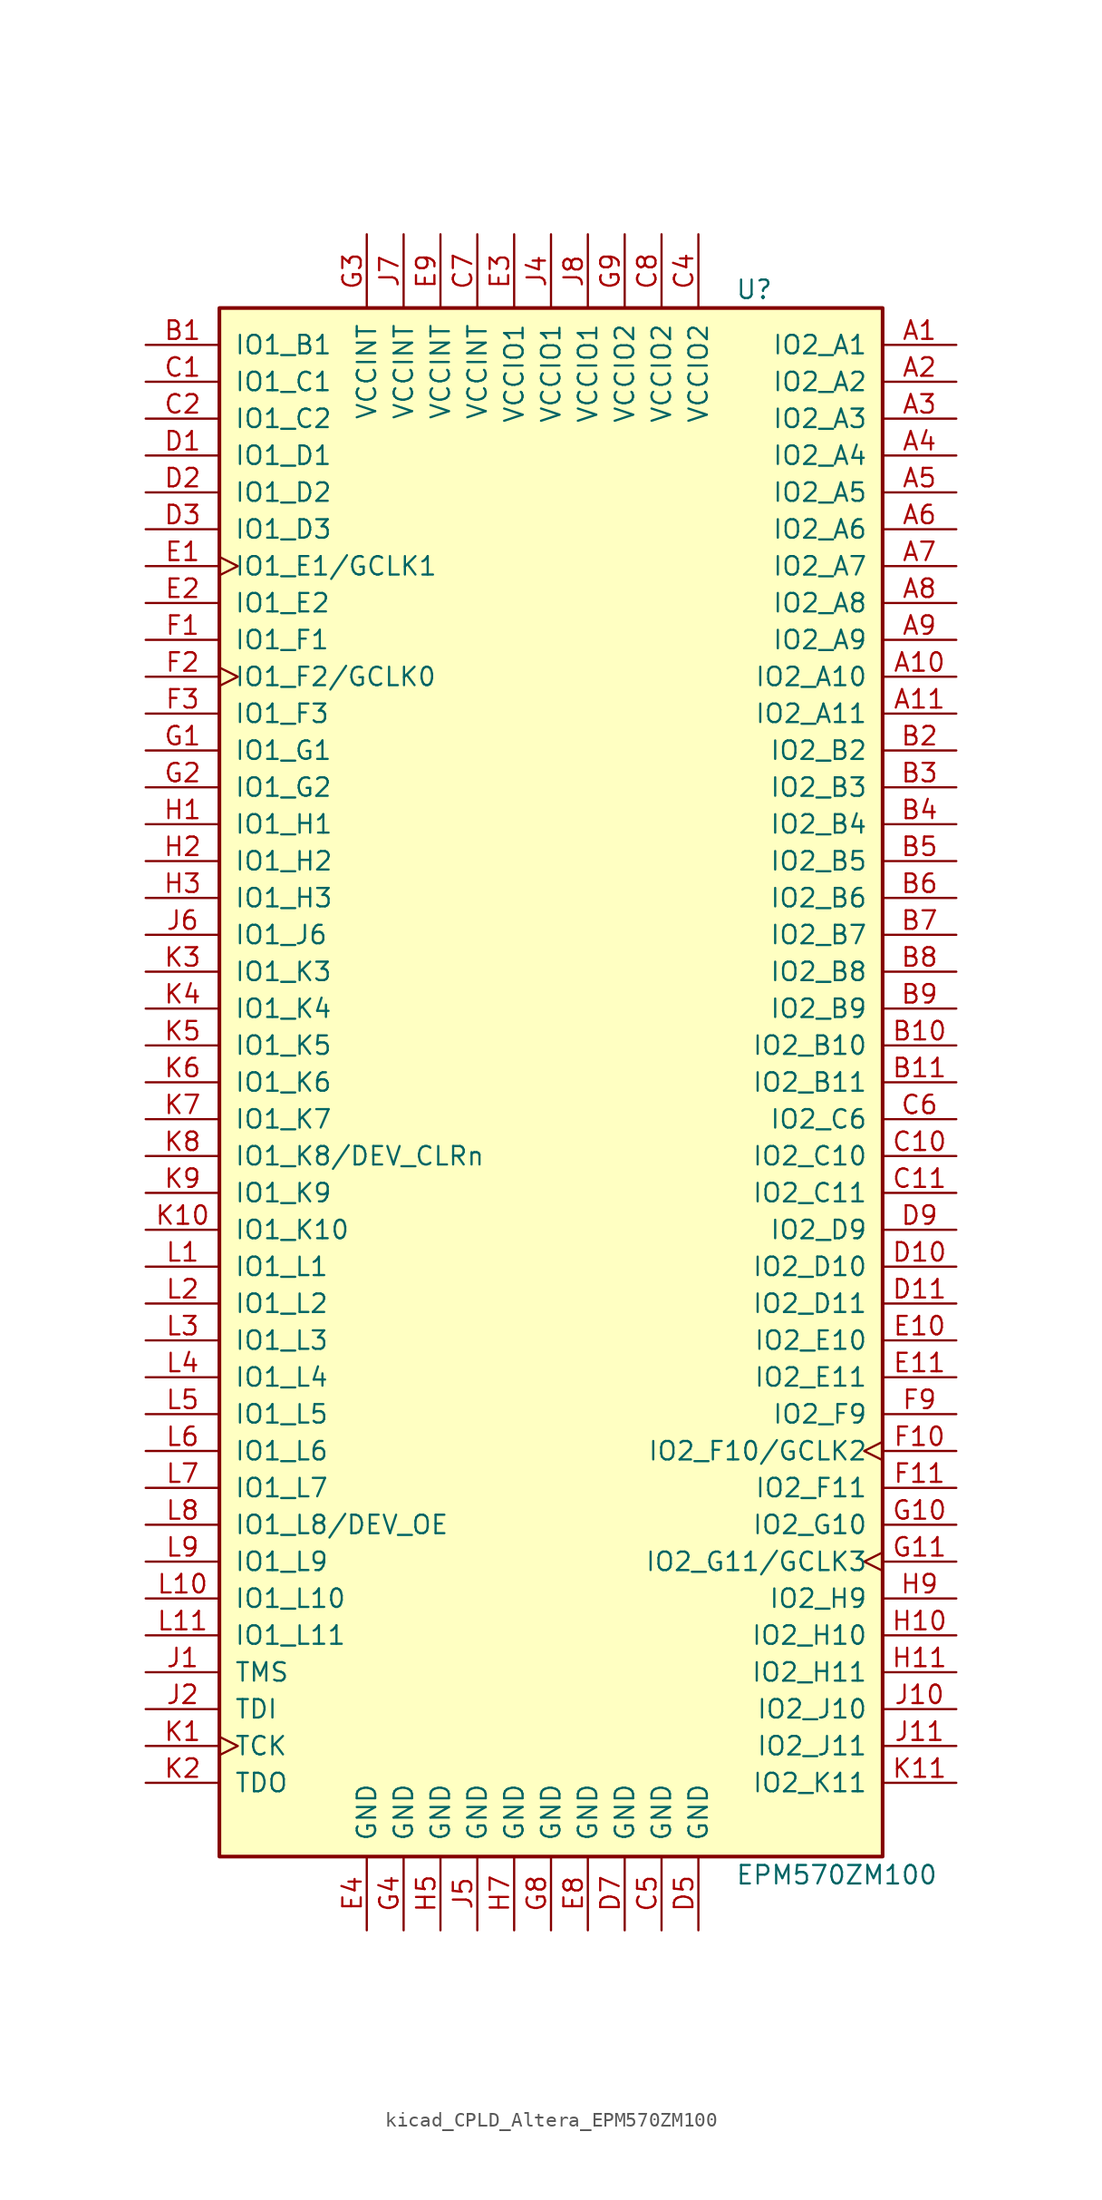
<source format=kicad_sym>
(kicad_symbol_lib
  (version 20220914)
  (generator kicad_symbol_editor)
  (symbol "kicad_CPLD_Altera_EPM570ZM100"
    (pin_names
      (offset 1.016))
    (property "Reference" "U"
      (at 12.7 54.61 0)
      (effects (font (size 1.27 1.27)) (justify left)))
    (property "Value" "EPM570ZM100"
      (at 12.7 -54.61 0)
      (effects (font (size 1.27 1.27)) (justify left)))
    (property "ki_locked" ""
      (at 0 0 0)
      (effects (font (size 1.27 1.27))))
    (symbol "kicad_CPLD_Altera_EPM570ZM100_1_1"
      (rectangle (start -22.86 53.34) (end 22.86 -53.34) (stroke (width 0.254) (type default)) (fill (type background)))
      (pin bidirectional line (at 27.94 50.8 180) (length 5.08) (name "IO2_A1" (effects (font (size 1.27 1.27)))) (number "A1" (effects (font (size 1.27 1.27)))))
      (pin bidirectional line (at 27.94 27.94 180) (length 5.08) (name "IO2_A10" (effects (font (size 1.27 1.27)))) (number "A10" (effects (font (size 1.27 1.27)))))
      (pin bidirectional line (at 27.94 25.4 180) (length 5.08) (name "IO2_A11" (effects (font (size 1.27 1.27)))) (number "A11" (effects (font (size 1.27 1.27)))))
      (pin bidirectional line (at 27.94 48.26 180) (length 5.08) (name "IO2_A2" (effects (font (size 1.27 1.27)))) (number "A2" (effects (font (size 1.27 1.27)))))
      (pin bidirectional line (at 27.94 45.72 180) (length 5.08) (name "IO2_A3" (effects (font (size 1.27 1.27)))) (number "A3" (effects (font (size 1.27 1.27)))))
      (pin bidirectional line (at 27.94 43.18 180) (length 5.08) (name "IO2_A4" (effects (font (size 1.27 1.27)))) (number "A4" (effects (font (size 1.27 1.27)))))
      (pin bidirectional line (at 27.94 40.64 180) (length 5.08) (name "IO2_A5" (effects (font (size 1.27 1.27)))) (number "A5" (effects (font (size 1.27 1.27)))))
      (pin bidirectional line (at 27.94 38.1 180) (length 5.08) (name "IO2_A6" (effects (font (size 1.27 1.27)))) (number "A6" (effects (font (size 1.27 1.27)))))
      (pin bidirectional line (at 27.94 35.56 180) (length 5.08) (name "IO2_A7" (effects (font (size 1.27 1.27)))) (number "A7" (effects (font (size 1.27 1.27)))))
      (pin bidirectional line (at 27.94 33.02 180) (length 5.08) (name "IO2_A8" (effects (font (size 1.27 1.27)))) (number "A8" (effects (font (size 1.27 1.27)))))
      (pin bidirectional line (at 27.94 30.48 180) (length 5.08) (name "IO2_A9" (effects (font (size 1.27 1.27)))) (number "A9" (effects (font (size 1.27 1.27)))))
      (pin bidirectional line (at -27.94 50.8 0) (length 5.08) (name "IO1_B1" (effects (font (size 1.27 1.27)))) (number "B1" (effects (font (size 1.27 1.27)))))
      (pin bidirectional line (at 27.94 2.54 180) (length 5.08) (name "IO2_B10" (effects (font (size 1.27 1.27)))) (number "B10" (effects (font (size 1.27 1.27)))))
      (pin bidirectional line (at 27.94 0 180) (length 5.08) (name "IO2_B11" (effects (font (size 1.27 1.27)))) (number "B11" (effects (font (size 1.27 1.27)))))
      (pin bidirectional line (at 27.94 22.86 180) (length 5.08) (name "IO2_B2" (effects (font (size 1.27 1.27)))) (number "B2" (effects (font (size 1.27 1.27)))))
      (pin bidirectional line (at 27.94 20.32 180) (length 5.08) (name "IO2_B3" (effects (font (size 1.27 1.27)))) (number "B3" (effects (font (size 1.27 1.27)))))
      (pin bidirectional line (at 27.94 17.78 180) (length 5.08) (name "IO2_B4" (effects (font (size 1.27 1.27)))) (number "B4" (effects (font (size 1.27 1.27)))))
      (pin bidirectional line (at 27.94 15.24 180) (length 5.08) (name "IO2_B5" (effects (font (size 1.27 1.27)))) (number "B5" (effects (font (size 1.27 1.27)))))
      (pin bidirectional line (at 27.94 12.7 180) (length 5.08) (name "IO2_B6" (effects (font (size 1.27 1.27)))) (number "B6" (effects (font (size 1.27 1.27)))))
      (pin bidirectional line (at 27.94 10.16 180) (length 5.08) (name "IO2_B7" (effects (font (size 1.27 1.27)))) (number "B7" (effects (font (size 1.27 1.27)))))
      (pin bidirectional line (at 27.94 7.62 180) (length 5.08) (name "IO2_B8" (effects (font (size 1.27 1.27)))) (number "B8" (effects (font (size 1.27 1.27)))))
      (pin bidirectional line (at 27.94 5.08 180) (length 5.08) (name "IO2_B9" (effects (font (size 1.27 1.27)))) (number "B9" (effects (font (size 1.27 1.27)))))
      (pin bidirectional line (at -27.94 48.26 0) (length 5.08) (name "IO1_C1" (effects (font (size 1.27 1.27)))) (number "C1" (effects (font (size 1.27 1.27)))))
      (pin bidirectional line (at 27.94 -5.08 180) (length 5.08) (name "IO2_C10" (effects (font (size 1.27 1.27)))) (number "C10" (effects (font (size 1.27 1.27)))))
      (pin bidirectional line (at 27.94 -7.62 180) (length 5.08) (name "IO2_C11" (effects (font (size 1.27 1.27)))) (number "C11" (effects (font (size 1.27 1.27)))))
      (pin bidirectional line (at -27.94 45.72 0) (length 5.08) (name "IO1_C2" (effects (font (size 1.27 1.27)))) (number "C2" (effects (font (size 1.27 1.27)))))
      (pin power_in line (at 10.16 58.42 270) (length 5.08) (name "VCCIO2" (effects (font (size 1.27 1.27)))) (number "C4" (effects (font (size 1.27 1.27)))))
      (pin power_in line (at 7.62 -58.42 90) (length 5.08) (name "GND" (effects (font (size 1.27 1.27)))) (number "C5" (effects (font (size 1.27 1.27)))))
      (pin bidirectional line (at 27.94 -2.54 180) (length 5.08) (name "IO2_C6" (effects (font (size 1.27 1.27)))) (number "C6" (effects (font (size 1.27 1.27)))))
      (pin power_in line (at -5.08 58.42 270) (length 5.08) (name "VCCINT" (effects (font (size 1.27 1.27)))) (number "C7" (effects (font (size 1.27 1.27)))))
      (pin power_in line (at 7.62 58.42 270) (length 5.08) (name "VCCIO2" (effects (font (size 1.27 1.27)))) (number "C8" (effects (font (size 1.27 1.27)))))
      (pin bidirectional line (at -27.94 43.18 0) (length 5.08) (name "IO1_D1" (effects (font (size 1.27 1.27)))) (number "D1" (effects (font (size 1.27 1.27)))))
      (pin bidirectional line (at 27.94 -12.7 180) (length 5.08) (name "IO2_D10" (effects (font (size 1.27 1.27)))) (number "D10" (effects (font (size 1.27 1.27)))))
      (pin bidirectional line (at 27.94 -15.24 180) (length 5.08) (name "IO2_D11" (effects (font (size 1.27 1.27)))) (number "D11" (effects (font (size 1.27 1.27)))))
      (pin bidirectional line (at -27.94 40.64 0) (length 5.08) (name "IO1_D2" (effects (font (size 1.27 1.27)))) (number "D2" (effects (font (size 1.27 1.27)))))
      (pin bidirectional line (at -27.94 38.1 0) (length 5.08) (name "IO1_D3" (effects (font (size 1.27 1.27)))) (number "D3" (effects (font (size 1.27 1.27)))))
      (pin power_in line (at 10.16 -58.42 90) (length 5.08) (name "GND" (effects (font (size 1.27 1.27)))) (number "D5" (effects (font (size 1.27 1.27)))))
      (pin power_in line (at 5.08 -58.42 90) (length 5.08) (name "GND" (effects (font (size 1.27 1.27)))) (number "D7" (effects (font (size 1.27 1.27)))))
      (pin bidirectional line (at 27.94 -10.16 180) (length 5.08) (name "IO2_D9" (effects (font (size 1.27 1.27)))) (number "D9" (effects (font (size 1.27 1.27)))))
      (pin bidirectional clock (at -27.94 35.56 0) (length 5.08) (name "IO1_E1/GCLK1" (effects (font (size 1.27 1.27)))) (number "E1" (effects (font (size 1.27 1.27)))))
      (pin bidirectional line (at 27.94 -17.78 180) (length 5.08) (name "IO2_E10" (effects (font (size 1.27 1.27)))) (number "E10" (effects (font (size 1.27 1.27)))))
      (pin bidirectional line (at 27.94 -20.32 180) (length 5.08) (name "IO2_E11" (effects (font (size 1.27 1.27)))) (number "E11" (effects (font (size 1.27 1.27)))))
      (pin bidirectional line (at -27.94 33.02 0) (length 5.08) (name "IO1_E2" (effects (font (size 1.27 1.27)))) (number "E2" (effects (font (size 1.27 1.27)))))
      (pin power_in line (at -2.54 58.42 270) (length 5.08) (name "VCCIO1" (effects (font (size 1.27 1.27)))) (number "E3" (effects (font (size 1.27 1.27)))))
      (pin power_in line (at -12.7 -58.42 90) (length 5.08) (name "GND" (effects (font (size 1.27 1.27)))) (number "E4" (effects (font (size 1.27 1.27)))))
      (pin power_in line (at 2.54 -58.42 90) (length 5.08) (name "GND" (effects (font (size 1.27 1.27)))) (number "E8" (effects (font (size 1.27 1.27)))))
      (pin power_in line (at -7.62 58.42 270) (length 5.08) (name "VCCINT" (effects (font (size 1.27 1.27)))) (number "E9" (effects (font (size 1.27 1.27)))))
      (pin bidirectional line (at -27.94 30.48 0) (length 5.08) (name "IO1_F1" (effects (font (size 1.27 1.27)))) (number "F1" (effects (font (size 1.27 1.27)))))
      (pin bidirectional clock (at 27.94 -25.4 180) (length 5.08) (name "IO2_F10/GCLK2" (effects (font (size 1.27 1.27)))) (number "F10" (effects (font (size 1.27 1.27)))))
      (pin bidirectional line (at 27.94 -27.94 180) (length 5.08) (name "IO2_F11" (effects (font (size 1.27 1.27)))) (number "F11" (effects (font (size 1.27 1.27)))))
      (pin bidirectional clock (at -27.94 27.94 0) (length 5.08) (name "IO1_F2/GCLK0" (effects (font (size 1.27 1.27)))) (number "F2" (effects (font (size 1.27 1.27)))))
      (pin bidirectional line (at -27.94 25.4 0) (length 5.08) (name "IO1_F3" (effects (font (size 1.27 1.27)))) (number "F3" (effects (font (size 1.27 1.27)))))
      (pin bidirectional line (at 27.94 -22.86 180) (length 5.08) (name "IO2_F9" (effects (font (size 1.27 1.27)))) (number "F9" (effects (font (size 1.27 1.27)))))
      (pin bidirectional line (at -27.94 22.86 0) (length 5.08) (name "IO1_G1" (effects (font (size 1.27 1.27)))) (number "G1" (effects (font (size 1.27 1.27)))))
      (pin bidirectional line (at 27.94 -30.48 180) (length 5.08) (name "IO2_G10" (effects (font (size 1.27 1.27)))) (number "G10" (effects (font (size 1.27 1.27)))))
      (pin bidirectional clock (at 27.94 -33.02 180) (length 5.08) (name "IO2_G11/GCLK3" (effects (font (size 1.27 1.27)))) (number "G11" (effects (font (size 1.27 1.27)))))
      (pin bidirectional line (at -27.94 20.32 0) (length 5.08) (name "IO1_G2" (effects (font (size 1.27 1.27)))) (number "G2" (effects (font (size 1.27 1.27)))))
      (pin power_in line (at -12.7 58.42 270) (length 5.08) (name "VCCINT" (effects (font (size 1.27 1.27)))) (number "G3" (effects (font (size 1.27 1.27)))))
      (pin power_in line (at -10.16 -58.42 90) (length 5.08) (name "GND" (effects (font (size 1.27 1.27)))) (number "G4" (effects (font (size 1.27 1.27)))))
      (pin power_in line (at 0 -58.42 90) (length 5.08) (name "GND" (effects (font (size 1.27 1.27)))) (number "G8" (effects (font (size 1.27 1.27)))))
      (pin power_in line (at 5.08 58.42 270) (length 5.08) (name "VCCIO2" (effects (font (size 1.27 1.27)))) (number "G9" (effects (font (size 1.27 1.27)))))
      (pin bidirectional line (at -27.94 17.78 0) (length 5.08) (name "IO1_H1" (effects (font (size 1.27 1.27)))) (number "H1" (effects (font (size 1.27 1.27)))))
      (pin bidirectional line (at 27.94 -38.1 180) (length 5.08) (name "IO2_H10" (effects (font (size 1.27 1.27)))) (number "H10" (effects (font (size 1.27 1.27)))))
      (pin bidirectional line (at 27.94 -40.64 180) (length 5.08) (name "IO2_H11" (effects (font (size 1.27 1.27)))) (number "H11" (effects (font (size 1.27 1.27)))))
      (pin bidirectional line (at -27.94 15.24 0) (length 5.08) (name "IO1_H2" (effects (font (size 1.27 1.27)))) (number "H2" (effects (font (size 1.27 1.27)))))
      (pin bidirectional line (at -27.94 12.7 0) (length 5.08) (name "IO1_H3" (effects (font (size 1.27 1.27)))) (number "H3" (effects (font (size 1.27 1.27)))))
      (pin power_in line (at -7.62 -58.42 90) (length 5.08) (name "GND" (effects (font (size 1.27 1.27)))) (number "H5" (effects (font (size 1.27 1.27)))))
      (pin power_in line (at -2.54 -58.42 90) (length 5.08) (name "GND" (effects (font (size 1.27 1.27)))) (number "H7" (effects (font (size 1.27 1.27)))))
      (pin bidirectional line (at 27.94 -35.56 180) (length 5.08) (name "IO2_H9" (effects (font (size 1.27 1.27)))) (number "H9" (effects (font (size 1.27 1.27)))))
      (pin input line (at -27.94 -40.64 0) (length 5.08) (name "TMS" (effects (font (size 1.27 1.27)))) (number "J1" (effects (font (size 1.27 1.27)))))
      (pin bidirectional line (at 27.94 -43.18 180) (length 5.08) (name "IO2_J10" (effects (font (size 1.27 1.27)))) (number "J10" (effects (font (size 1.27 1.27)))))
      (pin bidirectional line (at 27.94 -45.72 180) (length 5.08) (name "IO2_J11" (effects (font (size 1.27 1.27)))) (number "J11" (effects (font (size 1.27 1.27)))))
      (pin input line (at -27.94 -43.18 0) (length 5.08) (name "TDI" (effects (font (size 1.27 1.27)))) (number "J2" (effects (font (size 1.27 1.27)))))
      (pin power_in line (at 0 58.42 270) (length 5.08) (name "VCCIO1" (effects (font (size 1.27 1.27)))) (number "J4" (effects (font (size 1.27 1.27)))))
      (pin power_in line (at -5.08 -58.42 90) (length 5.08) (name "GND" (effects (font (size 1.27 1.27)))) (number "J5" (effects (font (size 1.27 1.27)))))
      (pin bidirectional line (at -27.94 10.16 0) (length 5.08) (name "IO1_J6" (effects (font (size 1.27 1.27)))) (number "J6" (effects (font (size 1.27 1.27)))))
      (pin power_in line (at -10.16 58.42 270) (length 5.08) (name "VCCINT" (effects (font (size 1.27 1.27)))) (number "J7" (effects (font (size 1.27 1.27)))))
      (pin power_in line (at 2.54 58.42 270) (length 5.08) (name "VCCIO1" (effects (font (size 1.27 1.27)))) (number "J8" (effects (font (size 1.27 1.27)))))
      (pin input clock (at -27.94 -45.72 0) (length 5.08) (name "TCK" (effects (font (size 1.27 1.27)))) (number "K1" (effects (font (size 1.27 1.27)))))
      (pin bidirectional line (at -27.94 -10.16 0) (length 5.08) (name "IO1_K10" (effects (font (size 1.27 1.27)))) (number "K10" (effects (font (size 1.27 1.27)))))
      (pin bidirectional line (at 27.94 -48.26 180) (length 5.08) (name "IO2_K11" (effects (font (size 1.27 1.27)))) (number "K11" (effects (font (size 1.27 1.27)))))
      (pin output line (at -27.94 -48.26 0) (length 5.08) (name "TDO" (effects (font (size 1.27 1.27)))) (number "K2" (effects (font (size 1.27 1.27)))))
      (pin bidirectional line (at -27.94 7.62 0) (length 5.08) (name "IO1_K3" (effects (font (size 1.27 1.27)))) (number "K3" (effects (font (size 1.27 1.27)))))
      (pin bidirectional line (at -27.94 5.08 0) (length 5.08) (name "IO1_K4" (effects (font (size 1.27 1.27)))) (number "K4" (effects (font (size 1.27 1.27)))))
      (pin bidirectional line (at -27.94 2.54 0) (length 5.08) (name "IO1_K5" (effects (font (size 1.27 1.27)))) (number "K5" (effects (font (size 1.27 1.27)))))
      (pin bidirectional line (at -27.94 0 0) (length 5.08) (name "IO1_K6" (effects (font (size 1.27 1.27)))) (number "K6" (effects (font (size 1.27 1.27)))))
      (pin bidirectional line (at -27.94 -2.54 0) (length 5.08) (name "IO1_K7" (effects (font (size 1.27 1.27)))) (number "K7" (effects (font (size 1.27 1.27)))))
      (pin bidirectional line (at -27.94 -5.08 0) (length 5.08) (name "IO1_K8/DEV_CLRn" (effects (font (size 1.27 1.27)))) (number "K8" (effects (font (size 1.27 1.27)))))
      (pin bidirectional line (at -27.94 -7.62 0) (length 5.08) (name "IO1_K9" (effects (font (size 1.27 1.27)))) (number "K9" (effects (font (size 1.27 1.27)))))
      (pin bidirectional line (at -27.94 -12.7 0) (length 5.08) (name "IO1_L1" (effects (font (size 1.27 1.27)))) (number "L1" (effects (font (size 1.27 1.27)))))
      (pin bidirectional line (at -27.94 -35.56 0) (length 5.08) (name "IO1_L10" (effects (font (size 1.27 1.27)))) (number "L10" (effects (font (size 1.27 1.27)))))
      (pin bidirectional line (at -27.94 -38.1 0) (length 5.08) (name "IO1_L11" (effects (font (size 1.27 1.27)))) (number "L11" (effects (font (size 1.27 1.27)))))
      (pin bidirectional line (at -27.94 -15.24 0) (length 5.08) (name "IO1_L2" (effects (font (size 1.27 1.27)))) (number "L2" (effects (font (size 1.27 1.27)))))
      (pin bidirectional line (at -27.94 -17.78 0) (length 5.08) (name "IO1_L3" (effects (font (size 1.27 1.27)))) (number "L3" (effects (font (size 1.27 1.27)))))
      (pin bidirectional line (at -27.94 -20.32 0) (length 5.08) (name "IO1_L4" (effects (font (size 1.27 1.27)))) (number "L4" (effects (font (size 1.27 1.27)))))
      (pin bidirectional line (at -27.94 -22.86 0) (length 5.08) (name "IO1_L5" (effects (font (size 1.27 1.27)))) (number "L5" (effects (font (size 1.27 1.27)))))
      (pin bidirectional line (at -27.94 -25.4 0) (length 5.08) (name "IO1_L6" (effects (font (size 1.27 1.27)))) (number "L6" (effects (font (size 1.27 1.27)))))
      (pin bidirectional line (at -27.94 -27.94 0) (length 5.08) (name "IO1_L7" (effects (font (size 1.27 1.27)))) (number "L7" (effects (font (size 1.27 1.27)))))
      (pin bidirectional line (at -27.94 -30.48 0) (length 5.08) (name "IO1_L8/DEV_OE" (effects (font (size 1.27 1.27)))) (number "L8" (effects (font (size 1.27 1.27)))))
      (pin bidirectional line (at -27.94 -33.02 0) (length 5.08) (name "IO1_L9" (effects (font (size 1.27 1.27)))) (number "L9" (effects (font (size 1.27 1.27))))))))
</source>
